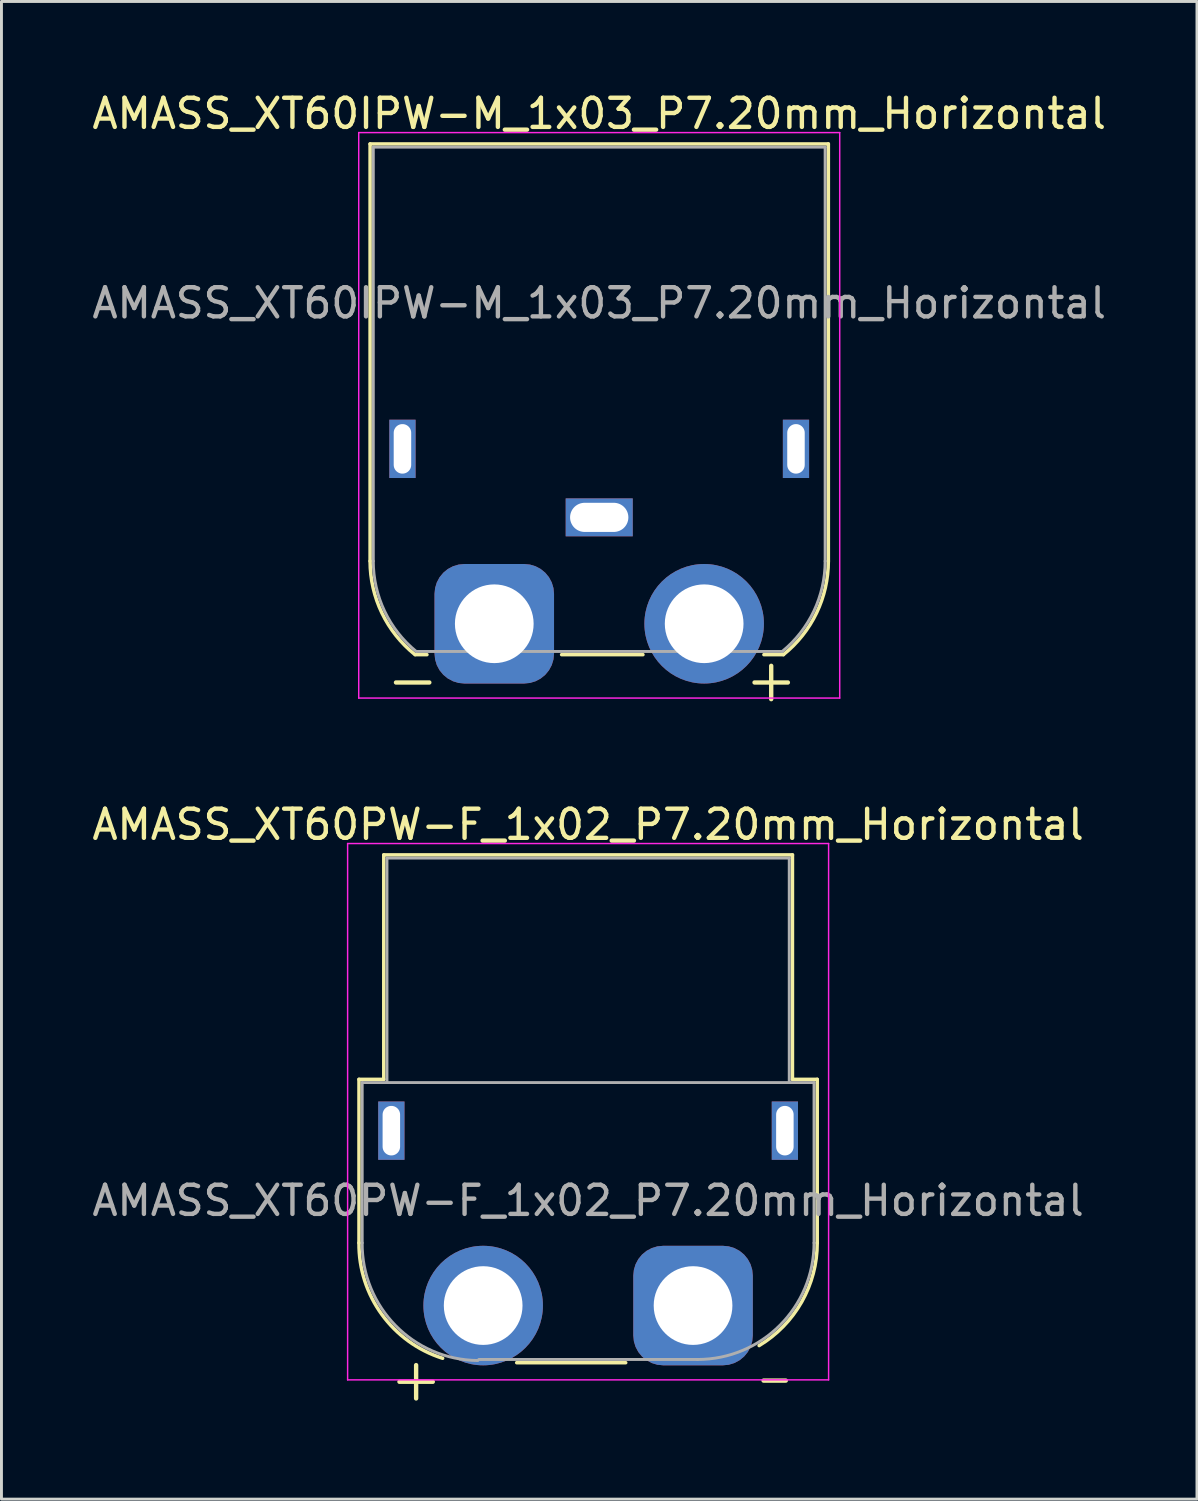
<source format=kicad_pcb>
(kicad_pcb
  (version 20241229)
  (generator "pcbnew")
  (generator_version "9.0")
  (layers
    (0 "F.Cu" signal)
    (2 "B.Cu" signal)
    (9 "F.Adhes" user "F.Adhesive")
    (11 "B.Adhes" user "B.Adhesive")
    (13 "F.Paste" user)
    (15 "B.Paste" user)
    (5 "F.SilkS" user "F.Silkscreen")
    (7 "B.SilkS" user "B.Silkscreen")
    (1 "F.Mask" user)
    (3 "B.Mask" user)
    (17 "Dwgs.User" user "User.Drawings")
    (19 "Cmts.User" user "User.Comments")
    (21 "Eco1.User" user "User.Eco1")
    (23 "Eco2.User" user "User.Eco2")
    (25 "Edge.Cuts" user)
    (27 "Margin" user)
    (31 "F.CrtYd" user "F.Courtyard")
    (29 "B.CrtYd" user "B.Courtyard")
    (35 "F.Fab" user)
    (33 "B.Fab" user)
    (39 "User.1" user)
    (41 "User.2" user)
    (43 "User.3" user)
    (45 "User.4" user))
  (footprint "AMASS_XT60IPW-M_1x03_P7.20mm_Horizontal"
    (layer "F.Cu")
    (at 13.906 18.348)
    (property "Reference" "AMASS_XT60IPW-M_1x03_P7.20mm_Horizontal" (at 3.6 -17.5 0) (layer "F.SilkS") (effects (font (size 1 1) (thickness 0.15))))
    (attr through_hole)
    (fp_line (start -4.26 -16.46) (end -4.26 -2.15) (stroke (width 0.12) (type solid)) (layer "F.SilkS"))
    (fp_line (start -4.26 -16.46) (end 11.46 -16.46) (stroke (width 0.12) (type solid)) (layer "F.SilkS"))
    (fp_line (start -2.71 1.06) (end -2.31 1.06) (stroke (width 0.12) (type solid)) (layer "F.SilkS"))
    (fp_line (start 2.31 1.06) (end 5.1 1.06) (stroke (width 0.12) (type solid)) (layer "F.SilkS"))
    (fp_line (start 9.25 1.06) (end 9.92 1.06) (stroke (width 0.12) (type solid)) (layer "F.SilkS"))
    (fp_line (start 11.46 -16.46) (end 11.46 -2.15) (stroke (width 0.12) (type solid)) (layer "F.SilkS"))
    (fp_arc (start -2.718715 1.058395) (mid -3.854694 -0.370298) (end -4.26 -2.15) (stroke (width 0.12) (type solid)) (layer "F.SilkS"))
    (fp_arc (start 11.46 -2.15) (mid 11.05498 -0.370894) (end 9.919747 1.057569) (stroke (width 0.12) (type solid)) (layer "F.SilkS"))
    (fp_line (start -4.65 -16.85) (end -4.65 2.55) (stroke (width 0.05) (type solid)) (layer "F.CrtYd"))
    (fp_line (start -4.65 -16.85) (end 11.85 -16.85) (stroke (width 0.05) (type solid)) (layer "F.CrtYd"))
    (fp_line (start 11.85 -16.85) (end 11.85 2.55) (stroke (width 0.05) (type solid)) (layer "F.CrtYd"))
    (fp_line (start 11.85 2.55) (end -4.65 2.55) (stroke (width 0.05) (type solid)) (layer "F.CrtYd"))
    (fp_line (start -4.15 -16.35) (end -4.15 -2.15) (stroke (width 0.1) (type solid)) (layer "F.Fab"))
    (fp_line (start -4.15 -16.35) (end 11.35 -16.35) (stroke (width 0.1) (type solid)) (layer "F.Fab"))
    (fp_line (start -2.67 0.95) (end 9.88 0.95) (stroke (width 0.1) (type solid)) (layer "F.Fab"))
    (fp_line (start 11.35 -16.35) (end 11.35 -2.15) (stroke (width 0.1) (type solid)) (layer "F.Fab"))
    (fp_arc (start -2.678117 0.949778) (mid -3.763341 -0.434259) (end -4.15 -2.15) (stroke (width 0.1) (type solid)) (layer "F.Fab"))
    (fp_arc (start 11.35 -2.15) (mid 10.963341 -0.434259) (end 9.878117 0.949778) (stroke (width 0.1) (type solid)) (layer "F.Fab"))
    (fp_text user "+" (at 9.5 1.9 0) (layer "F.SilkS") (effects (font (size 1.5 1.5) (thickness 0.15))))
    (fp_text user "-" (at -2.8 1.9 0) (layer "F.SilkS") (effects (font (size 1.5 1.5) (thickness 0.15))))
    (fp_text user "${REFERENCE}" (at 3.6 -11 0) (layer "F.Fab") (effects (font (size 1 1) (thickness 0.15))))
    (pad "" thru_hole rect (at -3.15 -6) (size 0.9 2) (drill oval 0.6 1.7) (layers "*.Cu" "*.Mask"))
    (pad "" thru_hole rect (at 10.35 -6) (size 0.9 2) (drill oval 0.6 1.7) (layers "*.Cu" "*.Mask"))
    (pad "1" thru_hole roundrect (at 0 0) (size 4.1 4.1) (drill 2.7) (layers "*.Cu" "*.Mask") (roundrect_rratio 0.25))
    (pad "2" thru_hole circle (at 7.2 0) (size 4.1 4.1) (drill 2.7) (layers "*.Cu" "*.Mask"))
    (pad "3" thru_hole rect (at 3.6 -3.65) (size 2.3 1.3) (drill oval 2 1) (layers "*.Cu" "*.Mask")))
  (footprint "AMASS_XT60PW-F_1x02_P7.20mm_Horizontal"
    (layer "F.Cu")
    (at 20.725 41.737)
    (property "Reference" "AMASS_XT60PW-F_1x02_P7.20mm_Horizontal" (at -3.6 -16.5 0) (layer "F.SilkS") (effects (font (size 1 1) (thickness 0.15))))
    (attr through_hole)
    (fp_line (start -11.46 -7.76) (end -11.46 -2.15) (stroke (width 0.12) (type solid)) (layer "F.SilkS"))
    (fp_line (start -11.46 -7.76) (end -10.61 -7.76) (stroke (width 0.12) (type solid)) (layer "F.SilkS"))
    (fp_line (start -10.61 -15.46) (end -10.61 -7.76) (stroke (width 0.12) (type solid)) (layer "F.SilkS"))
    (fp_line (start -10.61 -15.46) (end 3.41 -15.46) (stroke (width 0.12) (type solid)) (layer "F.SilkS"))
    (fp_line (start -6.05 1.96) (end -2.31 1.96) (stroke (width 0.12) (type solid)) (layer "F.SilkS"))
    (fp_line (start 3.41 -15.46) (end 3.41 -7.76) (stroke (width 0.12) (type solid)) (layer "F.SilkS"))
    (fp_line (start 3.41 -7.76) (end 4.26 -7.76) (stroke (width 0.12) (type solid)) (layer "F.SilkS"))
    (fp_line (start 4.26 -7.76) (end 4.26 -2.15) (stroke (width 0.12) (type solid)) (layer "F.SilkS"))
    (fp_arc (start -8.5899 1.808718) (mid -10.677645 0.302568) (end -11.46 -2.15) (stroke (width 0.12) (type solid)) (layer "F.SilkS"))
    (fp_arc (start 4.26 -2.15) (mid 3.727162 -0.126139) (end 2.266806 1.372958) (stroke (width 0.12) (type solid)) (layer "F.SilkS"))
    (fp_line (start -11.85 -15.85) (end -11.85 2.55) (stroke (width 0.05) (type solid)) (layer "F.CrtYd"))
    (fp_line (start -11.85 -15.85) (end 4.65 -15.85) (stroke (width 0.05) (type solid)) (layer "F.CrtYd"))
    (fp_line (start 4.65 2.55) (end -11.85 2.55) (stroke (width 0.05) (type solid)) (layer "F.CrtYd"))
    (fp_line (start 4.65 2.55) (end 4.65 -15.85) (stroke (width 0.05) (type solid)) (layer "F.CrtYd"))
    (fp_line (start -11.35 -7.65) (end -11.35 -2.15) (stroke (width 0.1) (type solid)) (layer "F.Fab"))
    (fp_line (start -11.35 -7.65) (end 4.15 -7.65) (stroke (width 0.1) (type solid)) (layer "F.Fab"))
    (fp_line (start -10.5 -15.35) (end 3.3 -15.35) (stroke (width 0.1) (type solid)) (layer "F.Fab"))
    (fp_line (start -10.5 -7.65) (end -10.5 -15.35) (stroke (width 0.1) (type solid)) (layer "F.Fab"))
    (fp_line (start -7.35 1.85) (end 0.15 1.85) (stroke (width 0.1) (type solid)) (layer "F.Fab"))
    (fp_line (start 3.3 -7.65) (end 3.3 -15.35) (stroke (width 0.1) (type solid)) (layer "F.Fab"))
    (fp_line (start 4.15 -7.65) (end 4.15 -2.15) (stroke (width 0.1) (type solid)) (layer "F.Fab"))
    (fp_arc (start -7.385 1.885) (mid -10.203176 0.688678) (end -11.35 -2.15) (stroke (width 0.1) (type solid)) (layer "F.Fab"))
    (fp_arc (start 4.15 -2.15) (mid 2.978427 0.678427) (end 0.15 1.85) (stroke (width 0.1) (type solid)) (layer "F.Fab"))
    (fp_text user "-" (at 2.8 2.5 0) (layer "F.SilkS") (effects (font (size 1 1) (thickness 0.15))))
    (fp_text user "+" (at -9.5 2.5 0) (layer "F.SilkS") (effects (font (size 1.5 1.5) (thickness 0.15))))
    (fp_text user "${REFERENCE}" (at -3.6 -3.6 0) (layer "F.Fab") (effects (font (size 1 1) (thickness 0.15))))
    (pad "" thru_hole rect (at -10.35 -6) (size 0.9 2) (drill oval 0.6 1.7) (layers "*.Cu" "*.Mask"))
    (pad "" thru_hole rect (at 3.15 -6) (size 0.9 2) (drill oval 0.6 1.7) (layers "*.Cu" "*.Mask"))
    (pad "1" thru_hole roundrect (at 0 0) (size 4.1 4.1) (drill 2.7) (layers "*.Cu" "*.Mask") (roundrect_rratio 0.25))
    (pad "2" thru_hole circle (at -7.2 0) (size 4.1 4.1) (drill 2.7) (layers "*.Cu" "*.Mask")))
  (gr_rect
    (start -3 -3)
    (end 38.012 48.378)
    (stroke (width 0.1) (type default))
    (fill no)
    (layer "Edge.Cuts")))
</source>
